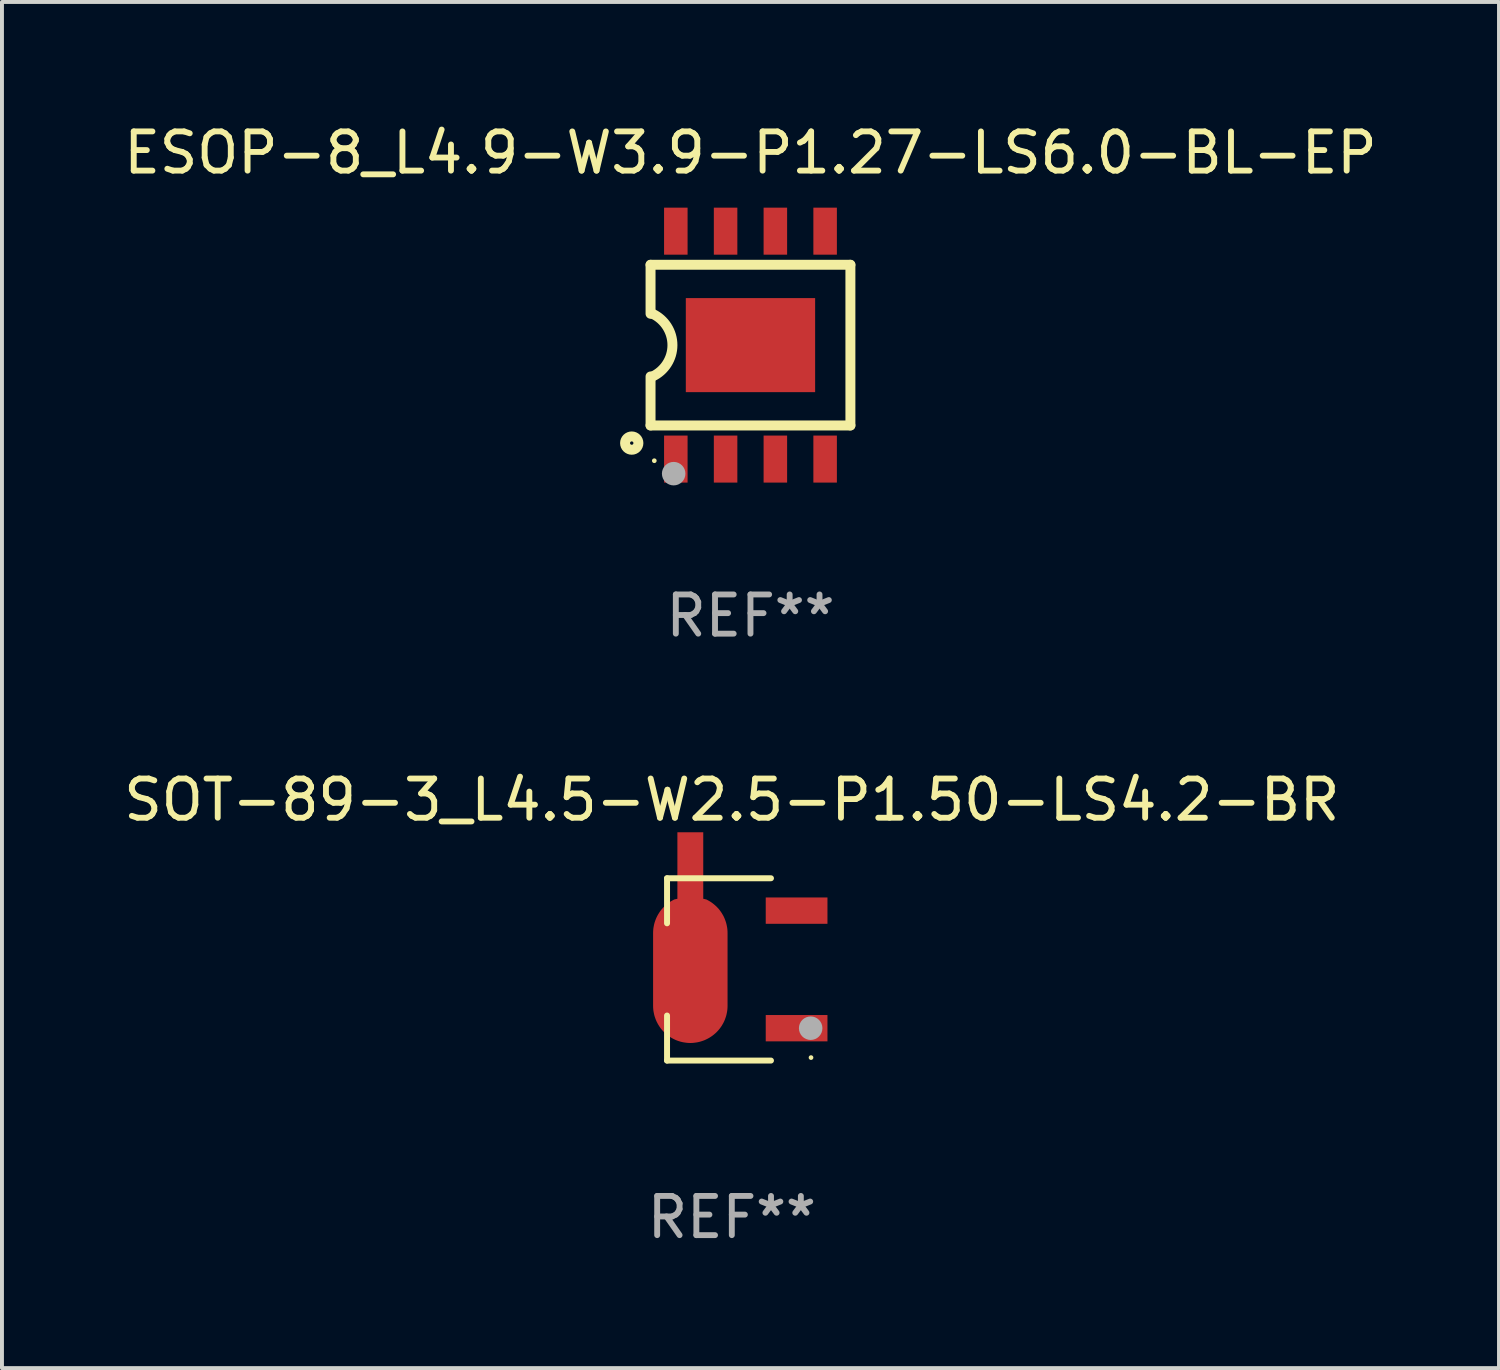
<source format=kicad_pcb>
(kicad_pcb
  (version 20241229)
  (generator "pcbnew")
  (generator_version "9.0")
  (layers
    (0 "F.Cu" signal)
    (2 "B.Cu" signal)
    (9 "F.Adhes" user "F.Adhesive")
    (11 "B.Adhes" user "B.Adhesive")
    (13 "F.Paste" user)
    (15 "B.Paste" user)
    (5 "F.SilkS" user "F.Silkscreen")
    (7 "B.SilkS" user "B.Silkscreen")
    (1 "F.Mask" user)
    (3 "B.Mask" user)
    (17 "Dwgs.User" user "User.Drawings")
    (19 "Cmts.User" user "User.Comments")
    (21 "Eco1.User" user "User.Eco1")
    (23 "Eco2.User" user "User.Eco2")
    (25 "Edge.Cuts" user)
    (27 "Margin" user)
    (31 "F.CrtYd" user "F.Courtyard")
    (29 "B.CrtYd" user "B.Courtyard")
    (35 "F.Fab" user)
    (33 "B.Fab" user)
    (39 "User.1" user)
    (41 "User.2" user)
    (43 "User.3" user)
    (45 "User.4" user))
  (footprint "SOT-89-3_L4.5-W2.5-P1.50-LS4.2-BR"
    (layer "F.Cu")
    (at 15.922 21.688)
    (property "Reference" "SOT-89-3_L4.5-W2.5-P1.50-LS4.2-BR" (at -0.297 -4.326 0) (layer "F.SilkS") (effects (font (size 1 1) (thickness 0.15))))
    (attr through_hole)
    (fp_line (start -1.95 -2.326) (end -1.95 -1.177) (stroke (width 0.152) (type solid)) (layer "F.SilkS"))
    (fp_line (start -1.95 2.326) (end -1.95 1.177) (stroke (width 0.152) (type solid)) (layer "F.SilkS"))
    (fp_line (start 0.702 -2.326) (end -1.95 -2.326) (stroke (width 0.152) (type solid)) (layer "F.SilkS"))
    (fp_line (start 0.702 2.326) (end -1.95 2.326) (stroke (width 0.152) (type solid)) (layer "F.SilkS"))
    (fp_circle (center 1.724 2.25) (end 1.754 2.25) (stroke (width 0.06) (type solid)) (fill no) (layer "F.SilkS"))
    (fp_circle (center 1.715 1.5) (end 1.865 1.5) (stroke (width 0.3) (type solid)) (fill no) (layer "F.Fab"))
    (fp_text user "REF**" (at -0.297 6.326 0) (layer "F.Fab") (effects (font (size 1 1) (thickness 0.15))))
    (pad "1" smd rect (at 1.356 1.5) (size 1.575 0.672) (layers "F.Cu" "F.Mask" "F.Paste"))
    (pad "2" smd custom (at -1.356 0.000127 90) (size 1.9 5.377) (layers "F.Cu" "F.Mask" "F.Paste") (options (anchor circle)) (primitives (gr_poly (pts (xy -0.927 -0.95) (xy 0.927 -0.95) (xy 0.972 -0.949) (xy 1.016 -0.946) (xy 1.06 -0.941) (xy 1.104 -0.933) (xy 1.148 -0.924) (xy 1.191 -0.913) (xy 1.233 -0.899) (xy 1.275 -0.884) (xy 1.316 -0.867) (xy 1.357 -0.847) (xy 1.396 -0.826) (xy 1.434 -0.803) (xy 1.471 -0.779) (xy 1.507 -0.753) (xy 1.542 -0.725) (xy 1.575 -0.695) (xy 1.607 -0.664) (xy 1.637 -0.631) (xy 1.666 -0.597) (xy 1.693 -0.562) (xy 1.719 -0.525) (xy 1.742 -0.488) (xy 1.764 -0.449) (xy 1.785 -0.409) (xy 1.803 -0.33) (xy 3.5 -0.33) (xy 3.5 0.33) (xy 1.803 0.33) (xy 1.785 0.409) (xy 1.764 0.449) (xy 1.742 0.488) (xy 1.719 0.526) (xy 1.693 0.562) (xy 1.666 0.597) (xy 1.637 0.631) (xy 1.607 0.664) (xy 1.575 0.695) (xy 1.542 0.725) (xy 1.507 0.753) (xy 1.471 0.779) (xy 1.434 0.804) (xy 1.396 0.826) (xy 1.357 0.848) (xy 1.316 0.867) (xy 1.275 0.884) (xy 1.233 0.899) (xy 1.191 0.913) (xy 1.148 0.924) (xy 1.104 0.933) (xy 1.06 0.941) (xy 1.016 0.946) (xy 0.972 0.949) (xy 0.927 0.95) (xy -0.927 0.95) (xy -0.972 0.949) (xy -1.016 0.946) (xy -1.06 0.941) (xy -1.104 0.933) (xy -1.148 0.924) (xy -1.191 0.913) (xy -1.233 0.899) (xy -1.275 0.884) (xy -1.316 0.867) (xy -1.356 0.848) (xy -1.396 0.826) (xy -1.434 0.804) (xy -1.471 0.779) (xy -1.507 0.753) (xy -1.541 0.725) (xy -1.575 0.695) (xy -1.607 0.664) (xy -1.637 0.631) (xy -1.666 0.597) (xy -1.693 0.562) (xy -1.718 0.526) (xy -1.742 0.488) (xy -1.764 0.449) (xy -1.784 0.409) (xy -1.803 0.369) (xy -1.819 0.327) (xy -1.833 0.285) (xy -1.846 0.242) (xy -1.856 0.199) (xy -1.864 0.155) (xy -1.87 0.111) (xy -1.875 0.067) (xy -1.877 0.022) (xy -1.877 -0.022) (xy -1.875 -0.067) (xy -1.87 -0.111) (xy -1.864 -0.155) (xy -1.856 -0.199) (xy -1.846 -0.242) (xy -1.833 -0.285) (xy -1.819 -0.327) (xy -1.803 -0.369) (xy -1.784 -0.409) (xy -1.764 -0.449) (xy -1.742 -0.488) (xy -1.718 -0.525) (xy -1.693 -0.562) (xy -1.666 -0.597) (xy -1.637 -0.631) (xy -1.607 -0.664) (xy -1.575 -0.695) (xy -1.541 -0.725) (xy -1.507 -0.753) (xy -1.471 -0.779) (xy -1.434 -0.803) (xy -1.396 -0.826) (xy -1.356 -0.847) (xy -1.316 -0.867) (xy -1.275 -0.884) (xy -1.233 -0.899) (xy -1.191 -0.913) (xy -1.148 -0.924) (xy -1.104 -0.933) (xy -1.06 -0.941) (xy -1.016 -0.946) (xy -0.972 -0.949) (xy -0.927 -0.95)) (width 0) (fill yes))))
    (pad "3" smd rect (at 1.356 -1.5) (size 1.575 0.672) (layers "F.Cu" "F.Mask" "F.Paste")))
  (footprint "ESOP-8_L4.9-W3.9-P1.27-LS6.0-BL-EP"
    (layer "F.Cu")
    (at 16.101 5.757)
    (property "Reference" "ESOP-8_L4.9-W3.9-P1.27-LS6.0-BL-EP" (at 0 -4.908 0) (layer "F.SilkS") (effects (font (size 1 1) (thickness 0.15))))
    (attr through_hole)
    (fp_line (start -2.55 -2.05) (end 2.55 -2.05) (stroke (width 0.254) (type solid)) (layer "F.SilkS"))
    (fp_line (start -2.55 -0.8) (end -2.55 -2.05) (stroke (width 0.254) (type solid)) (layer "F.SilkS"))
    (fp_line (start -2.55 0.8) (end -2.55 2.05) (stroke (width 0.254) (type solid)) (layer "F.SilkS"))
    (fp_line (start 2.55 -2.05) (end 2.55 2.05) (stroke (width 0.254) (type solid)) (layer "F.SilkS"))
    (fp_line (start 2.55 2.05) (end -2.55 2.05) (stroke (width 0.254) (type solid)) (layer "F.SilkS"))
    (fp_arc (start -2.499873 -0.800102) (mid -1.991417 0) (end -2.499873 0.800102) (stroke (width 0.254001) (type solid)) (layer "F.SilkS"))
    (fp_circle (center -3.03 2.5) (end -2.86 2.5) (stroke (width 0.254) (type solid)) (fill no) (layer "F.SilkS"))
    (fp_circle (center -2.454 2.95) (end -2.424 2.95) (stroke (width 0.06) (type solid)) (fill no) (layer "F.SilkS"))
    (fp_circle (center -1.96 3.28) (end -1.81 3.28) (stroke (width 0.3) (type solid)) (fill no) (layer "F.Fab"))
    (fp_text user "REF**" (at 0 6.908 0) (layer "F.Fab") (effects (font (size 1 1) (thickness 0.15))))
    (pad "1" smd rect (at -1.905 2.908) (size 0.6 1.2) (layers "F.Cu" "F.Mask" "F.Paste"))
    (pad "2" smd rect (at -0.635 2.908) (size 0.6 1.2) (layers "F.Cu" "F.Mask" "F.Paste"))
    (pad "3" smd rect (at 0.635 2.908) (size 0.6 1.2) (layers "F.Cu" "F.Mask" "F.Paste"))
    (pad "4" smd rect (at 1.905 2.908) (size 0.6 1.2) (layers "F.Cu" "F.Mask" "F.Paste"))
    (pad "5" smd rect (at 1.905 -2.908) (size 0.6 1.2) (layers "F.Cu" "F.Mask" "F.Paste"))
    (pad "6" smd rect (at 0.635 -2.908) (size 0.6 1.2) (layers "F.Cu" "F.Mask" "F.Paste"))
    (pad "7" smd rect (at -0.635 -2.908) (size 0.6 1.2) (layers "F.Cu" "F.Mask" "F.Paste"))
    (pad "8" smd rect (at -1.905 -2.908) (size 0.6 1.2) (layers "F.Cu" "F.Mask" "F.Paste"))
    (pad "9" smd rect (at 0 0 180) (size 3.3 2.4) (layers "F.Cu" "F.Mask" "F.Paste")))
  (gr_rect
    (start -3 -3)
    (end 35.202 31.862)
    (stroke (width 0.1) (type default))
    (fill no)
    (layer "Edge.Cuts")))
</source>
